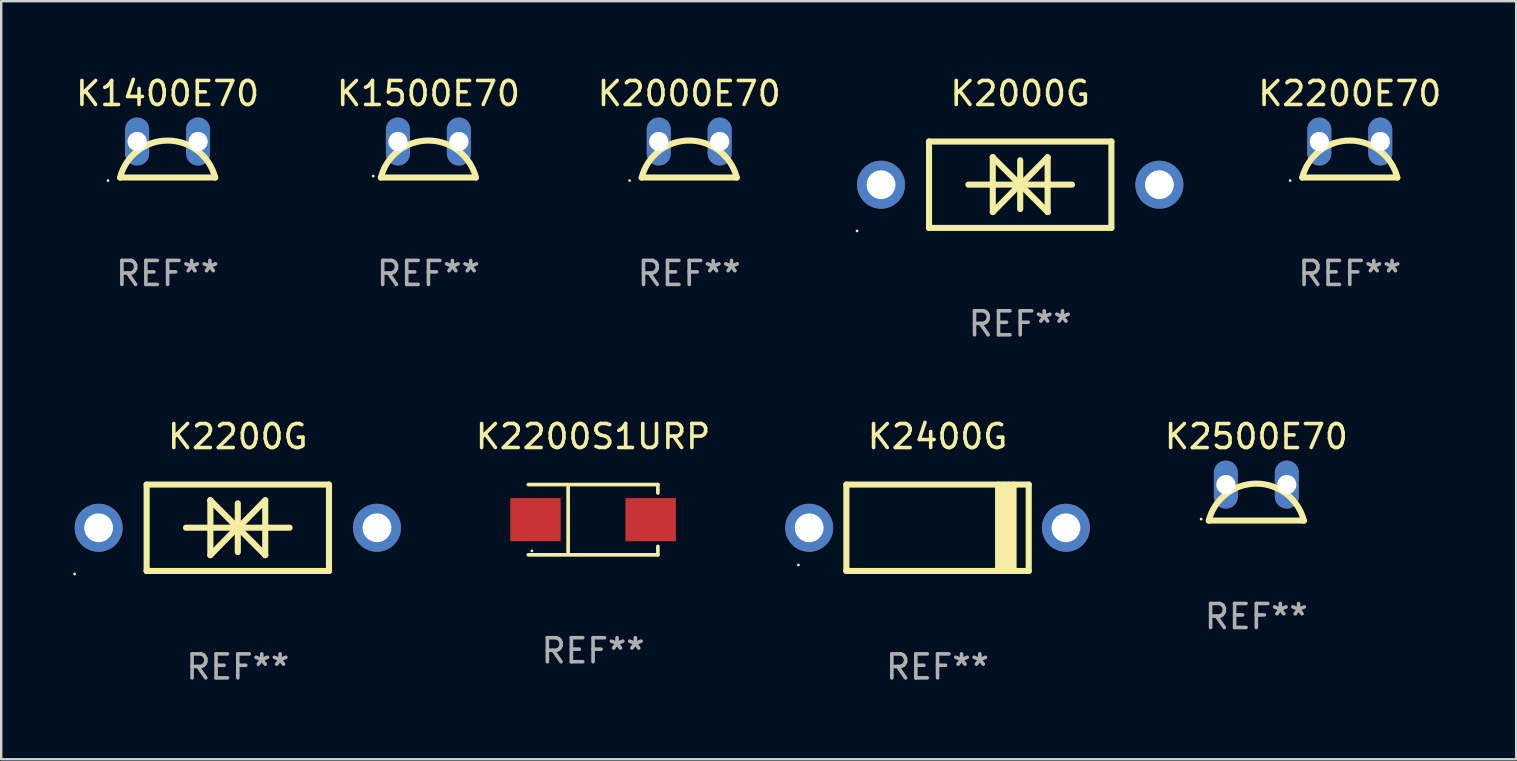
<source format=kicad_pcb>
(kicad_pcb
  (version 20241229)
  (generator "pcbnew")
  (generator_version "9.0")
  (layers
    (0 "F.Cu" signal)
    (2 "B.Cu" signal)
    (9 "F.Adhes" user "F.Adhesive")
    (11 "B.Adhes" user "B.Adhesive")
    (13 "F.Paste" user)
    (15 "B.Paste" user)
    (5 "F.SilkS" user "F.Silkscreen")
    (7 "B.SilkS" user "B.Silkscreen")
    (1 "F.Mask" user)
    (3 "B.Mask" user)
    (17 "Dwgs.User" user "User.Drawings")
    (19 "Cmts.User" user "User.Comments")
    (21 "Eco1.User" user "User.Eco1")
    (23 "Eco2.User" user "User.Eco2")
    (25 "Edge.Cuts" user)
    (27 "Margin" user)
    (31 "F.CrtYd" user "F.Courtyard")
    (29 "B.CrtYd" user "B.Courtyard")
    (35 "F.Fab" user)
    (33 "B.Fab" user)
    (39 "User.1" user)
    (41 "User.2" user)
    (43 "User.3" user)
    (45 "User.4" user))
  (footprint "K2400G"
    (layer "F.Cu")
    (at 36.022 18.945)
    (property "Reference" "K2400G" (at 0 -3.8 0) (layer "F.SilkS") (effects (font (size 1 1) (thickness 0.15))))
    (attr through_hole)
    (fp_line (start -3.8 1.8) (end -3.8 -1.8) (stroke (width 0.254) (type solid)) (layer "F.SilkS"))
    (fp_line (start 2.524 1.8) (end 2.524 -1.8) (stroke (width 0.254) (type solid)) (layer "F.SilkS"))
    (fp_line (start 2.75 1.8) (end 2.75 -1.8) (stroke (width 0.254) (type solid)) (layer "F.SilkS"))
    (fp_line (start 2.95 -1.8) (end 2.95 1.8) (stroke (width 0.254) (type solid)) (layer "F.SilkS"))
    (fp_line (start 3.168 -1.8) (end 3.168 1.8) (stroke (width 0.254) (type solid)) (layer "F.SilkS"))
    (fp_line (start 3.8 1.8) (end -3.8 1.8) (stroke (width 0.254) (type solid)) (layer "F.SilkS"))
    (fp_line (start 3.8 1.8) (end 3.8 -1.8) (stroke (width 0.254) (type solid)) (layer "F.SilkS"))
    (fp_line (start 3.8 -1.8) (end -3.8 -1.8) (stroke (width 0.254) (type solid)) (layer "F.SilkS"))
    (fp_circle (center -5.8 1.55) (end -5.77 1.55) (stroke (width 0.06) (type solid)) (fill no) (layer "F.SilkS"))
    (fp_text user "REF**" (at 0 5.8 0) (layer "F.Fab") (effects (font (size 1 1) (thickness 0.15))))
    (pad "1" thru_hole circle (at -5.35 0) (size 2 2) (drill 1.2) (layers "*.Cu" "*.Mask"))
    (pad "2" thru_hole circle (at 5.35 0) (size 2 2) (drill 1.2) (layers "*.Cu" "*.Mask")))
  (footprint "K1400E70"
    (layer "F.Cu")
    (at 3.935 3.598)
    (property "Reference" "K1400E70" (at 0 -2.75 0) (layer "F.SilkS") (effects (font (size 1 1) (thickness 0.15))))
    (attr through_hole)
    (fp_line (start 1.98 0.75) (end -1.98 0.75) (stroke (width 0.254) (type solid)) (layer "F.SilkS"))
    (fp_arc (start -1.981204 0.751206) (mid 0 -0.789989) (end 1.981204 0.751207) (stroke (width 0.254001) (type solid)) (layer "F.SilkS"))
    (fp_circle (center -2.484 0.877) (end -2.454 0.877) (stroke (width 0.06) (type solid)) (fill no) (layer "F.SilkS"))
    (fp_text user "REF**" (at 0 4.75 0) (layer "F.Fab") (effects (font (size 1 1) (thickness 0.15))))
    (pad "1" thru_hole oval (at -1.27 -0.75 270) (size 2 1) (drill 0.8) (layers "*.Cu" "*.Mask"))
    (pad "2" thru_hole oval (at 1.27 -0.75 270) (size 2 1) (drill 0.8) (layers "*.Cu" "*.Mask")))
  (footprint "K2500E70"
    (layer "F.Cu")
    (at 49.307 17.895)
    (property "Reference" "K2500E70" (at 0 -2.75 0) (layer "F.SilkS") (effects (font (size 1 1) (thickness 0.15))))
    (attr through_hole)
    (fp_line (start 1.98 0.75) (end -1.98 0.75) (stroke (width 0.254) (type solid)) (layer "F.SilkS"))
    (fp_arc (start -1.981204 0.751206) (mid 0 -0.789989) (end 1.981204 0.751207) (stroke (width 0.254001) (type solid)) (layer "F.SilkS"))
    (fp_circle (center -2.3 0.689) (end -2.27 0.689) (stroke (width 0.06) (type solid)) (fill no) (layer "F.SilkS"))
    (fp_text user "REF**" (at 0 4.75 0) (layer "F.Fab") (effects (font (size 1 1) (thickness 0.15))))
    (pad "1" thru_hole oval (at -1.27 -0.75 270) (size 2 1) (drill 0.8) (layers "*.Cu" "*.Mask"))
    (pad "3" thru_hole oval (at 1.27 -0.75 270) (size 2 1) (drill 0.8) (layers "*.Cu" "*.Mask")))
  (footprint "K2000G"
    (layer "F.Cu")
    (at 39.467 4.648)
    (property "Reference" "K2000G" (at 0 -3.8 0) (layer "F.SilkS") (effects (font (size 1 1) (thickness 0.15))))
    (attr through_hole)
    (fp_line (start -3.8 -1.8) (end -3.8 1.8) (stroke (width 0.254) (type solid)) (layer "F.SilkS"))
    (fp_line (start -3.8 -1.8) (end 3.8 -1.8) (stroke (width 0.254) (type solid)) (layer "F.SilkS"))
    (fp_line (start -3.8 1.8) (end 3.8 1.8) (stroke (width 0.254) (type solid)) (layer "F.SilkS"))
    (fp_line (start -2.159 -0.003) (end 2.159 -0.003) (stroke (width 0.254) (type solid)) (layer "F.SilkS"))
    (fp_line (start -1.143 -1.146) (end -1.143 1.14) (stroke (width 0.254) (type solid)) (layer "F.SilkS"))
    (fp_line (start -1.143 -1.143) (end -1.143 -1.146) (stroke (width 0.254) (type solid)) (layer "F.SilkS"))
    (fp_line (start 0 -1.019) (end 0 1.013) (stroke (width 0.254) (type solid)) (layer "F.SilkS"))
    (fp_line (start 0 -0.026) (end -1.143 1.14) (stroke (width 0.254) (type solid)) (layer "F.SilkS"))
    (fp_line (start 0 -0.006) (end 1.143 1.137) (stroke (width 0.254) (type solid)) (layer "F.SilkS"))
    (fp_line (start 0 0) (end -1.143 -1.143) (stroke (width 0.254) (type solid)) (layer "F.SilkS"))
    (fp_line (start 0 0.02) (end 1.143 -1.146) (stroke (width 0.254) (type solid)) (layer "F.SilkS"))
    (fp_line (start 1.143 1.137) (end 1.143 1.14) (stroke (width 0.254) (type solid)) (layer "F.SilkS"))
    (fp_line (start 1.143 1.14) (end 1.143 -1.146) (stroke (width 0.254) (type solid)) (layer "F.SilkS"))
    (fp_line (start 3.8 -1.8) (end 3.8 1.8) (stroke (width 0.254) (type solid)) (layer "F.SilkS"))
    (fp_circle (center -6.8 1.927) (end -6.77 1.927) (stroke (width 0.06) (type solid)) (fill no) (layer "F.SilkS"))
    (fp_text user "REF**" (at 0 5.8 0) (layer "F.Fab") (effects (font (size 1 1) (thickness 0.15))))
    (pad "1" thru_hole circle (at -5.8 0) (size 2 2) (drill 1.2) (layers "*.Cu" "*.Mask"))
    (pad "2" thru_hole circle (at 5.8 0) (size 2 2) (drill 1.2) (layers "*.Cu" "*.Mask")))
  (footprint "K2000E70"
    (layer "F.Cu")
    (at 25.673 3.598)
    (property "Reference" "K2000E70" (at 0 -2.75 0) (layer "F.SilkS") (effects (font (size 1 1) (thickness 0.15))))
    (attr through_hole)
    (fp_line (start 1.98 0.75) (end -1.98 0.75) (stroke (width 0.254) (type solid)) (layer "F.SilkS"))
    (fp_arc (start -1.981204 0.751206) (mid 0 -0.789989) (end 1.981204 0.751207) (stroke (width 0.254001) (type solid)) (layer "F.SilkS"))
    (fp_circle (center -2.484 0.877) (end -2.454 0.877) (stroke (width 0.06) (type solid)) (fill no) (layer "F.SilkS"))
    (fp_text user "REF**" (at 0 4.75 0) (layer "F.Fab") (effects (font (size 1 1) (thickness 0.15))))
    (pad "1" thru_hole oval (at -1.27 -0.75 270) (size 2 1) (drill 0.8) (layers "*.Cu" "*.Mask"))
    (pad "2" thru_hole oval (at 1.27 -0.75 270) (size 2 1) (drill 0.8) (layers "*.Cu" "*.Mask")))
  (footprint "K2200E70"
    (layer "F.Cu")
    (at 53.202 3.598)
    (property "Reference" "K2200E70" (at 0 -2.75 0) (layer "F.SilkS") (effects (font (size 1 1) (thickness 0.15))))
    (attr through_hole)
    (fp_line (start 1.98 0.75) (end -1.98 0.75) (stroke (width 0.254) (type solid)) (layer "F.SilkS"))
    (fp_arc (start -1.981204 0.751206) (mid 0 -0.789989) (end 1.981204 0.751207) (stroke (width 0.254001) (type solid)) (layer "F.SilkS"))
    (fp_circle (center -2.484 0.877) (end -2.454 0.877) (stroke (width 0.06) (type solid)) (fill no) (layer "F.SilkS"))
    (fp_text user "REF**" (at 0 4.75 0) (layer "F.Fab") (effects (font (size 1 1) (thickness 0.15))))
    (pad "1" thru_hole oval (at -1.27 -0.75 270) (size 2 1) (drill 0.8) (layers "*.Cu" "*.Mask"))
    (pad "2" thru_hole oval (at 1.27 -0.75 270) (size 2 1) (drill 0.8) (layers "*.Cu" "*.Mask")))
  (footprint "K2200S1URP"
    (layer "F.Cu")
    (at 21.666 18.608)
    (property "Reference" "K2200S1URP" (at 0 -3.464 0) (layer "F.SilkS") (effects (font (size 1 1) (thickness 0.15))))
    (attr through_hole)
    (fp_line (start -2.701 -1.464) (end 2.701 -1.464) (stroke (width 0.152) (type solid)) (layer "F.SilkS"))
    (fp_line (start -2.701 1.464) (end 2.701 1.464) (stroke (width 0.152) (type solid)) (layer "F.SilkS"))
    (fp_line (start -1.039 -1.364) (end -1.039 1.364) (stroke (width 0.152) (type solid)) (layer "F.SilkS"))
    (fp_line (start 2.701 -1.464) (end 2.701 -1.113) (stroke (width 0.152) (type solid)) (layer "F.SilkS"))
    (fp_line (start 2.701 1.464) (end 2.701 1.113) (stroke (width 0.152) (type solid)) (layer "F.SilkS"))
    (fp_circle (center -2.55 1.3) (end -2.52 1.3) (stroke (width 0.06) (type solid)) (fill no) (layer "F.SilkS"))
    (fp_text user "REF**" (at 0 5.464 0) (layer "F.Fab") (effects (font (size 1 1) (thickness 0.15))))
    (pad "1" smd rect (at -2.4 0.000025) (size 2.1 1.8) (layers "F.Cu" "F.Mask" "F.Paste"))
    (pad "2" smd rect (at 2.4 0.000025) (size 2.1 1.8) (layers "F.Cu" "F.Mask" "F.Paste")))
  (footprint "K2200G"
    (layer "F.Cu")
    (at 6.86 18.945)
    (property "Reference" "K2200G" (at 0 -3.8 0) (layer "F.SilkS") (effects (font (size 1 1) (thickness 0.15))))
    (attr through_hole)
    (fp_line (start -3.8 -1.8) (end -3.8 1.8) (stroke (width 0.254) (type solid)) (layer "F.SilkS"))
    (fp_line (start -3.8 -1.8) (end 3.8 -1.8) (stroke (width 0.254) (type solid)) (layer "F.SilkS"))
    (fp_line (start -3.8 1.8) (end 3.8 1.8) (stroke (width 0.254) (type solid)) (layer "F.SilkS"))
    (fp_line (start -2.159 -0.003) (end 2.159 -0.003) (stroke (width 0.254) (type solid)) (layer "F.SilkS"))
    (fp_line (start -1.143 -1.146) (end -1.143 1.14) (stroke (width 0.254) (type solid)) (layer "F.SilkS"))
    (fp_line (start -1.143 -1.143) (end -1.143 -1.146) (stroke (width 0.254) (type solid)) (layer "F.SilkS"))
    (fp_line (start 0 -1.019) (end 0 1.013) (stroke (width 0.254) (type solid)) (layer "F.SilkS"))
    (fp_line (start 0 -0.026) (end -1.143 1.14) (stroke (width 0.254) (type solid)) (layer "F.SilkS"))
    (fp_line (start 0 -0.006) (end 1.143 1.137) (stroke (width 0.254) (type solid)) (layer "F.SilkS"))
    (fp_line (start 0 0) (end -1.143 -1.143) (stroke (width 0.254) (type solid)) (layer "F.SilkS"))
    (fp_line (start 0 0.02) (end 1.143 -1.146) (stroke (width 0.254) (type solid)) (layer "F.SilkS"))
    (fp_line (start 1.143 1.137) (end 1.143 1.14) (stroke (width 0.254) (type solid)) (layer "F.SilkS"))
    (fp_line (start 1.143 1.14) (end 1.143 -1.146) (stroke (width 0.254) (type solid)) (layer "F.SilkS"))
    (fp_line (start 3.8 -1.8) (end 3.8 1.8) (stroke (width 0.254) (type solid)) (layer "F.SilkS"))
    (fp_circle (center -6.8 1.927) (end -6.77 1.927) (stroke (width 0.06) (type solid)) (fill no) (layer "F.SilkS"))
    (fp_text user "REF**" (at 0 5.8 0) (layer "F.Fab") (effects (font (size 1 1) (thickness 0.15))))
    (pad "1" thru_hole circle (at -5.8 0) (size 2 2) (drill 1.2) (layers "*.Cu" "*.Mask"))
    (pad "2" thru_hole circle (at 5.8 0) (size 2 2) (drill 1.2) (layers "*.Cu" "*.Mask")))
  (footprint "K1500E70"
    (layer "F.Cu")
    (at 14.804 3.598)
    (property "Reference" "K1500E70" (at 0 -2.75 0) (layer "F.SilkS") (effects (font (size 1 1) (thickness 0.15))))
    (attr through_hole)
    (fp_line (start 1.98 0.75) (end -1.98 0.75) (stroke (width 0.254) (type solid)) (layer "F.SilkS"))
    (fp_arc (start -1.981204 0.751206) (mid 0 -0.789989) (end 1.981204 0.751207) (stroke (width 0.254001) (type solid)) (layer "F.SilkS"))
    (fp_circle (center -2.3 0.689) (end -2.27 0.689) (stroke (width 0.06) (type solid)) (fill no) (layer "F.SilkS"))
    (fp_text user "REF**" (at 0 4.75 0) (layer "F.Fab") (effects (font (size 1 1) (thickness 0.15))))
    (pad "1" thru_hole oval (at -1.27 -0.75 270) (size 2 1) (drill 0.8) (layers "*.Cu" "*.Mask"))
    (pad "3" thru_hole oval (at 1.27 -0.75 270) (size 2 1) (drill 0.8) (layers "*.Cu" "*.Mask")))
  (gr_rect
    (start -3 -3)
    (end 60.136 28.593)
    (stroke (width 0.1) (type default))
    (fill no)
    (layer "Edge.Cuts")))
</source>
